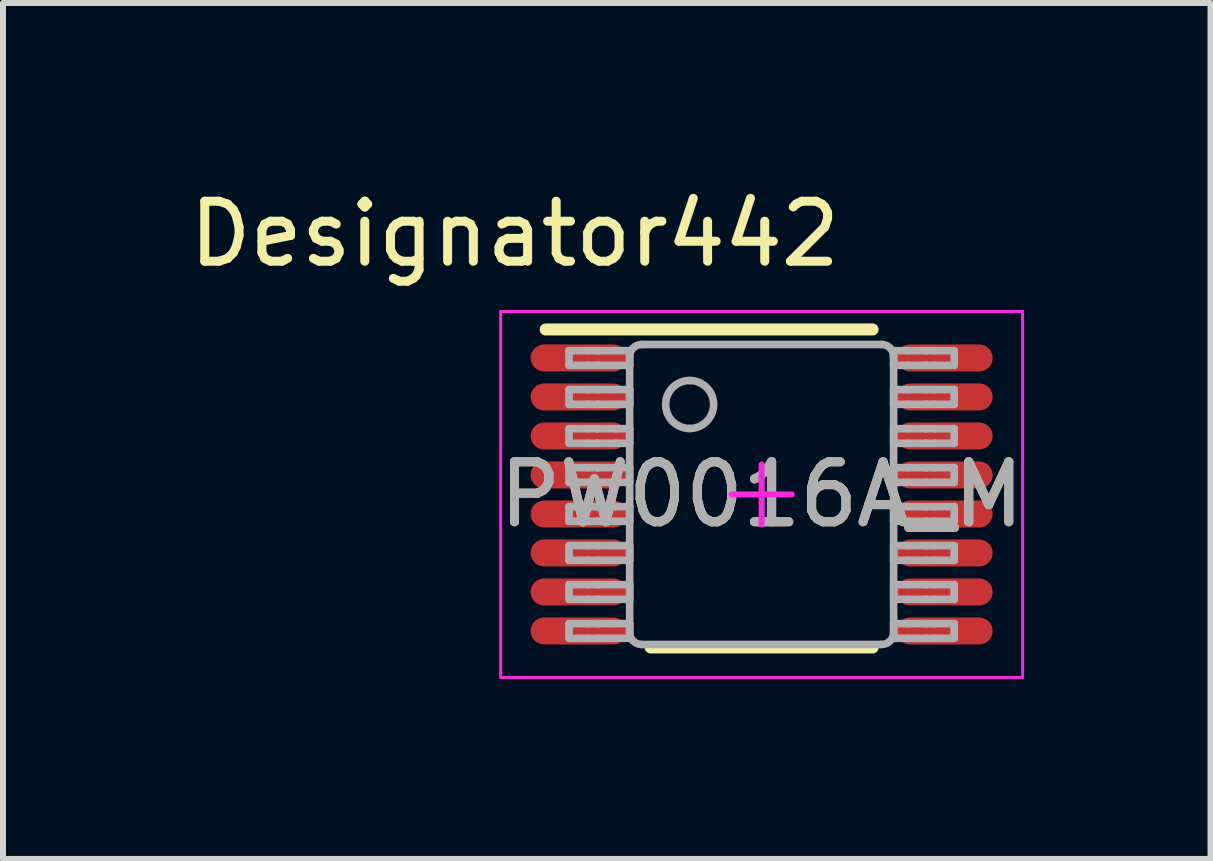
<source format=kicad_pcb>
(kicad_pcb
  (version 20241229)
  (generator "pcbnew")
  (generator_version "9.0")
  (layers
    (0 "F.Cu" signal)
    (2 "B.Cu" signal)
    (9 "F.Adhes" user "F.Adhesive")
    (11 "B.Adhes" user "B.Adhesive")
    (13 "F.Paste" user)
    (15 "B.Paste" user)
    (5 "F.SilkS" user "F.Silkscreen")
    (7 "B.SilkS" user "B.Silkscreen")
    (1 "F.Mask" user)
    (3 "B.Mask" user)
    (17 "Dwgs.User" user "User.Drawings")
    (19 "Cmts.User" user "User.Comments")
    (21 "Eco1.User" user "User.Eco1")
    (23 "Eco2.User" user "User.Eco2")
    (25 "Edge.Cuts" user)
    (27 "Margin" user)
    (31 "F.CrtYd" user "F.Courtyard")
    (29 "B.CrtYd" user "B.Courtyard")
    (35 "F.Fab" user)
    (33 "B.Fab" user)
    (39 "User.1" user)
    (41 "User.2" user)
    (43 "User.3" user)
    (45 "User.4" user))
  (footprint "PW0016A_M"
    (layer "F.Cu")
    (at 9.645 5.192)
    (property "Reference" "PW0016A_M" (at 0 0 0) (unlocked yes) (layer "F.SilkS") (effects (font (size 1 1) (thickness 0.15))))
    (attr smd)
    (fp_line (start -3.6 -2.75) (end 1.85 -2.75) (stroke (width 0.2) (type solid)) (layer "F.SilkS"))
    (fp_line (start -1.85 2.55) (end 1.85 2.55) (stroke (width 0.2) (type solid)) (layer "F.SilkS"))
    (fp_line (start -4.35 -3.05) (end 4.35 -3.05) (stroke (width 0.05) (type solid)) (layer "F.CrtYd"))
    (fp_line (start -4.35 3.05) (end -4.35 -3.05) (stroke (width 0.05) (type solid)) (layer "F.CrtYd"))
    (fp_line (start -4.35 3.05) (end 4.35 3.05) (stroke (width 0.05) (type solid)) (layer "F.CrtYd"))
    (fp_line (start -0.5 0) (end 0.5 0) (stroke (width 0.1) (type solid)) (layer "F.CrtYd"))
    (fp_line (start -0.000003 0.5) (end -0.000003 -0.5) (stroke (width 0.1) (type solid)) (layer "F.CrtYd"))
    (fp_line (start 4.35 3.05) (end 4.35 -3.05) (stroke (width 0.05) (type solid)) (layer "F.CrtYd"))
    (fp_line (start -3.21 -2.397) (end -2.887 -2.397) (stroke (width 0.127) (type solid)) (layer "F.Fab"))
    (fp_line (start -3.21 -2.153) (end -3.21 -2.397) (stroke (width 0.127) (type solid)) (layer "F.Fab"))
    (fp_line (start -3.21 -2.153) (end -2.887 -2.153) (stroke (width 0.127) (type solid)) (layer "F.Fab"))
    (fp_line (start -3.21 -1.748) (end -2.887 -1.748) (stroke (width 0.127) (type solid)) (layer "F.Fab"))
    (fp_line (start -3.21 -1.502) (end -3.21 -1.748) (stroke (width 0.127) (type solid)) (layer "F.Fab"))
    (fp_line (start -3.21 -1.502) (end -2.887 -1.502) (stroke (width 0.127) (type solid)) (layer "F.Fab"))
    (fp_line (start -3.21 -1.097) (end -2.887 -1.097) (stroke (width 0.127) (type solid)) (layer "F.Fab"))
    (fp_line (start -3.21 -0.853) (end -3.21 -1.097) (stroke (width 0.127) (type solid)) (layer "F.Fab"))
    (fp_line (start -3.21 -0.853) (end -2.887 -0.853) (stroke (width 0.127) (type solid)) (layer "F.Fab"))
    (fp_line (start -3.21 -0.448) (end -2.887 -0.448) (stroke (width 0.127) (type solid)) (layer "F.Fab"))
    (fp_line (start -3.21 -0.202) (end -3.21 -0.448) (stroke (width 0.127) (type solid)) (layer "F.Fab"))
    (fp_line (start -3.21 -0.202) (end -2.887 -0.202) (stroke (width 0.127) (type solid)) (layer "F.Fab"))
    (fp_line (start -3.21 0.203) (end -2.887 0.203) (stroke (width 0.127) (type solid)) (layer "F.Fab"))
    (fp_line (start -3.21 0.447) (end -3.21 0.203) (stroke (width 0.127) (type solid)) (layer "F.Fab"))
    (fp_line (start -3.21 0.447) (end -2.887 0.447) (stroke (width 0.127) (type solid)) (layer "F.Fab"))
    (fp_line (start -3.21 0.852) (end -2.887 0.852) (stroke (width 0.127) (type solid)) (layer "F.Fab"))
    (fp_line (start -3.21 1.098) (end -3.21 0.852) (stroke (width 0.127) (type solid)) (layer "F.Fab"))
    (fp_line (start -3.21 1.098) (end -2.887 1.098) (stroke (width 0.127) (type solid)) (layer "F.Fab"))
    (fp_line (start -3.21 1.503) (end -2.887 1.503) (stroke (width 0.127) (type solid)) (layer "F.Fab"))
    (fp_line (start -3.21 1.748) (end -3.21 1.503) (stroke (width 0.127) (type solid)) (layer "F.Fab"))
    (fp_line (start -3.21 1.748) (end -2.887 1.748) (stroke (width 0.127) (type solid)) (layer "F.Fab"))
    (fp_line (start -3.21 2.152) (end -2.887 2.152) (stroke (width 0.127) (type solid)) (layer "F.Fab"))
    (fp_line (start -3.21 2.398) (end -3.21 2.152) (stroke (width 0.127) (type solid)) (layer "F.Fab"))
    (fp_line (start -3.21 2.398) (end -2.887 2.398) (stroke (width 0.127) (type solid)) (layer "F.Fab"))
    (fp_line (start -2.887 -2.397) (end -2.739 -2.397) (stroke (width 0.127) (type solid)) (layer "F.Fab"))
    (fp_line (start -2.887 -2.153) (end -2.739 -2.153) (stroke (width 0.127) (type solid)) (layer "F.Fab"))
    (fp_line (start -2.887 -1.748) (end -2.739 -1.748) (stroke (width 0.127) (type solid)) (layer "F.Fab"))
    (fp_line (start -2.887 -1.502) (end -2.739 -1.502) (stroke (width 0.127) (type solid)) (layer "F.Fab"))
    (fp_line (start -2.887 -1.097) (end -2.739 -1.097) (stroke (width 0.127) (type solid)) (layer "F.Fab"))
    (fp_line (start -2.887 -0.853) (end -2.739 -0.853) (stroke (width 0.127) (type solid)) (layer "F.Fab"))
    (fp_line (start -2.887 -0.448) (end -2.739 -0.448) (stroke (width 0.127) (type solid)) (layer "F.Fab"))
    (fp_line (start -2.887 -0.202) (end -2.739 -0.202) (stroke (width 0.127) (type solid)) (layer "F.Fab"))
    (fp_line (start -2.887 0.203) (end -2.739 0.203) (stroke (width 0.127) (type solid)) (layer "F.Fab"))
    (fp_line (start -2.887 0.447) (end -2.739 0.447) (stroke (width 0.127) (type solid)) (layer "F.Fab"))
    (fp_line (start -2.887 0.852) (end -2.739 0.852) (stroke (width 0.127) (type solid)) (layer "F.Fab"))
    (fp_line (start -2.887 1.098) (end -2.739 1.098) (stroke (width 0.127) (type solid)) (layer "F.Fab"))
    (fp_line (start -2.887 1.503) (end -2.739 1.503) (stroke (width 0.127) (type solid)) (layer "F.Fab"))
    (fp_line (start -2.887 1.748) (end -2.739 1.748) (stroke (width 0.127) (type solid)) (layer "F.Fab"))
    (fp_line (start -2.887 2.152) (end -2.739 2.152) (stroke (width 0.127) (type solid)) (layer "F.Fab"))
    (fp_line (start -2.887 2.398) (end -2.739 2.398) (stroke (width 0.127) (type solid)) (layer "F.Fab"))
    (fp_line (start -2.739 -2.397) (end -2.733 -2.397) (stroke (width 0.127) (type solid)) (layer "F.Fab"))
    (fp_line (start -2.739 -2.153) (end -2.733 -2.153) (stroke (width 0.127) (type solid)) (layer "F.Fab"))
    (fp_line (start -2.739 -1.748) (end -2.733 -1.748) (stroke (width 0.127) (type solid)) (layer "F.Fab"))
    (fp_line (start -2.739 -1.502) (end -2.733 -1.502) (stroke (width 0.127) (type solid)) (layer "F.Fab"))
    (fp_line (start -2.739 -1.097) (end -2.733 -1.097) (stroke (width 0.127) (type solid)) (layer "F.Fab"))
    (fp_line (start -2.739 -0.853) (end -2.733 -0.853) (stroke (width 0.127) (type solid)) (layer "F.Fab"))
    (fp_line (start -2.739 -0.448) (end -2.733 -0.448) (stroke (width 0.127) (type solid)) (layer "F.Fab"))
    (fp_line (start -2.739 -0.202) (end -2.733 -0.202) (stroke (width 0.127) (type solid)) (layer "F.Fab"))
    (fp_line (start -2.739 0.203) (end -2.733 0.203) (stroke (width 0.127) (type solid)) (layer "F.Fab"))
    (fp_line (start -2.739 0.447) (end -2.733 0.447) (stroke (width 0.127) (type solid)) (layer "F.Fab"))
    (fp_line (start -2.739 0.852) (end -2.733 0.852) (stroke (width 0.127) (type solid)) (layer "F.Fab"))
    (fp_line (start -2.739 1.098) (end -2.733 1.098) (stroke (width 0.127) (type solid)) (layer "F.Fab"))
    (fp_line (start -2.739 1.503) (end -2.733 1.503) (stroke (width 0.127) (type solid)) (layer "F.Fab"))
    (fp_line (start -2.739 1.748) (end -2.733 1.748) (stroke (width 0.127) (type solid)) (layer "F.Fab"))
    (fp_line (start -2.739 2.152) (end -2.733 2.152) (stroke (width 0.127) (type solid)) (layer "F.Fab"))
    (fp_line (start -2.739 2.398) (end -2.733 2.398) (stroke (width 0.127) (type solid)) (layer "F.Fab"))
    (fp_line (start -2.733 -2.397) (end -2.431 -2.397) (stroke (width 0.127) (type solid)) (layer "F.Fab"))
    (fp_line (start -2.733 -2.153) (end -2.431 -2.153) (stroke (width 0.127) (type solid)) (layer "F.Fab"))
    (fp_line (start -2.733 -1.748) (end -2.431 -1.748) (stroke (width 0.127) (type solid)) (layer "F.Fab"))
    (fp_line (start -2.733 -1.502) (end -2.431 -1.502) (stroke (width 0.127) (type solid)) (layer "F.Fab"))
    (fp_line (start -2.733 -1.097) (end -2.431 -1.097) (stroke (width 0.127) (type solid)) (layer "F.Fab"))
    (fp_line (start -2.733 -0.853) (end -2.431 -0.853) (stroke (width 0.127) (type solid)) (layer "F.Fab"))
    (fp_line (start -2.733 -0.448) (end -2.431 -0.448) (stroke (width 0.127) (type solid)) (layer "F.Fab"))
    (fp_line (start -2.733 -0.202) (end -2.431 -0.202) (stroke (width 0.127) (type solid)) (layer "F.Fab"))
    (fp_line (start -2.733 0.203) (end -2.431 0.203) (stroke (width 0.127) (type solid)) (layer "F.Fab"))
    (fp_line (start -2.733 0.447) (end -2.431 0.447) (stroke (width 0.127) (type solid)) (layer "F.Fab"))
    (fp_line (start -2.733 0.852) (end -2.431 0.852) (stroke (width 0.127) (type solid)) (layer "F.Fab"))
    (fp_line (start -2.733 1.098) (end -2.431 1.098) (stroke (width 0.127) (type solid)) (layer "F.Fab"))
    (fp_line (start -2.733 1.503) (end -2.431 1.503) (stroke (width 0.127) (type solid)) (layer "F.Fab"))
    (fp_line (start -2.733 1.748) (end -2.431 1.748) (stroke (width 0.127) (type solid)) (layer "F.Fab"))
    (fp_line (start -2.733 2.152) (end -2.431 2.152) (stroke (width 0.127) (type solid)) (layer "F.Fab"))
    (fp_line (start -2.733 2.398) (end -2.431 2.398) (stroke (width 0.127) (type solid)) (layer "F.Fab"))
    (fp_line (start -2.431 -2.397) (end -2.2 -2.397) (stroke (width 0.127) (type solid)) (layer "F.Fab"))
    (fp_line (start -2.431 -2.153) (end -2.2 -2.153) (stroke (width 0.127) (type solid)) (layer "F.Fab"))
    (fp_line (start -2.431 -1.748) (end -2.2 -1.748) (stroke (width 0.127) (type solid)) (layer "F.Fab"))
    (fp_line (start -2.431 -1.502) (end -2.2 -1.502) (stroke (width 0.127) (type solid)) (layer "F.Fab"))
    (fp_line (start -2.431 -1.097) (end -2.2 -1.097) (stroke (width 0.127) (type solid)) (layer "F.Fab"))
    (fp_line (start -2.431 -0.853) (end -2.2 -0.853) (stroke (width 0.127) (type solid)) (layer "F.Fab"))
    (fp_line (start -2.431 -0.448) (end -2.2 -0.448) (stroke (width 0.127) (type solid)) (layer "F.Fab"))
    (fp_line (start -2.431 -0.202) (end -2.2 -0.202) (stroke (width 0.127) (type solid)) (layer "F.Fab"))
    (fp_line (start -2.431 0.203) (end -2.2 0.203) (stroke (width 0.127) (type solid)) (layer "F.Fab"))
    (fp_line (start -2.431 0.447) (end -2.2 0.447) (stroke (width 0.127) (type solid)) (layer "F.Fab"))
    (fp_line (start -2.431 0.852) (end -2.2 0.852) (stroke (width 0.127) (type solid)) (layer "F.Fab"))
    (fp_line (start -2.431 1.098) (end -2.2 1.098) (stroke (width 0.127) (type solid)) (layer "F.Fab"))
    (fp_line (start -2.431 1.503) (end -2.2 1.503) (stroke (width 0.127) (type solid)) (layer "F.Fab"))
    (fp_line (start -2.431 1.748) (end -2.2 1.748) (stroke (width 0.127) (type solid)) (layer "F.Fab"))
    (fp_line (start -2.431 2.152) (end -2.2 2.152) (stroke (width 0.127) (type solid)) (layer "F.Fab"))
    (fp_line (start -2.431 2.398) (end -2.2 2.398) (stroke (width 0.127) (type solid)) (layer "F.Fab"))
    (fp_line (start -2.2 -2.153) (end -2.2 -2.397) (stroke (width 0.127) (type solid)) (layer "F.Fab"))
    (fp_line (start -2.2 -1.502) (end -2.2 -1.748) (stroke (width 0.127) (type solid)) (layer "F.Fab"))
    (fp_line (start -2.2 -0.853) (end -2.2 -1.097) (stroke (width 0.127) (type solid)) (layer "F.Fab"))
    (fp_line (start -2.2 -0.202) (end -2.2 -0.448) (stroke (width 0.127) (type solid)) (layer "F.Fab"))
    (fp_line (start -2.2 0.447) (end -2.2 0.203) (stroke (width 0.127) (type solid)) (layer "F.Fab"))
    (fp_line (start -2.2 1.098) (end -2.2 0.852) (stroke (width 0.127) (type solid)) (layer "F.Fab"))
    (fp_line (start -2.2 1.748) (end -2.2 1.503) (stroke (width 0.127) (type solid)) (layer "F.Fab"))
    (fp_line (start -2.2 2.3) (end -2.2 -2.3) (stroke (width 0.127) (type solid)) (layer "F.Fab"))
    (fp_line (start -2.2 2.398) (end -2.2 2.152) (stroke (width 0.127) (type solid)) (layer "F.Fab"))
    (fp_line (start -2 -2.5) (end 2 -2.5) (stroke (width 0.127) (type solid)) (layer "F.Fab"))
    (fp_line (start -2 2.5) (end 2 2.5) (stroke (width 0.127) (type solid)) (layer "F.Fab"))
    (fp_line (start 2.2 -2.397) (end 2.43 -2.397) (stroke (width 0.127) (type solid)) (layer "F.Fab"))
    (fp_line (start 2.2 -2.153) (end 2.2 -2.397) (stroke (width 0.127) (type solid)) (layer "F.Fab"))
    (fp_line (start 2.2 -2.153) (end 2.43 -2.153) (stroke (width 0.127) (type solid)) (layer "F.Fab"))
    (fp_line (start 2.2 -1.748) (end 2.43 -1.748) (stroke (width 0.127) (type solid)) (layer "F.Fab"))
    (fp_line (start 2.2 -1.502) (end 2.2 -1.748) (stroke (width 0.127) (type solid)) (layer "F.Fab"))
    (fp_line (start 2.2 -1.502) (end 2.43 -1.502) (stroke (width 0.127) (type solid)) (layer "F.Fab"))
    (fp_line (start 2.2 -1.097) (end 2.43 -1.097) (stroke (width 0.127) (type solid)) (layer "F.Fab"))
    (fp_line (start 2.2 -0.853) (end 2.2 -1.097) (stroke (width 0.127) (type solid)) (layer "F.Fab"))
    (fp_line (start 2.2 -0.853) (end 2.43 -0.853) (stroke (width 0.127) (type solid)) (layer "F.Fab"))
    (fp_line (start 2.2 -0.448) (end 2.43 -0.448) (stroke (width 0.127) (type solid)) (layer "F.Fab"))
    (fp_line (start 2.2 -0.202) (end 2.2 -0.448) (stroke (width 0.127) (type solid)) (layer "F.Fab"))
    (fp_line (start 2.2 -0.202) (end 2.43 -0.202) (stroke (width 0.127) (type solid)) (layer "F.Fab"))
    (fp_line (start 2.2 0.203) (end 2.43 0.203) (stroke (width 0.127) (type solid)) (layer "F.Fab"))
    (fp_line (start 2.2 0.447) (end 2.2 0.203) (stroke (width 0.127) (type solid)) (layer "F.Fab"))
    (fp_line (start 2.2 0.447) (end 2.43 0.447) (stroke (width 0.127) (type solid)) (layer "F.Fab"))
    (fp_line (start 2.2 0.852) (end 2.43 0.852) (stroke (width 0.127) (type solid)) (layer "F.Fab"))
    (fp_line (start 2.2 1.098) (end 2.2 0.852) (stroke (width 0.127) (type solid)) (layer "F.Fab"))
    (fp_line (start 2.2 1.098) (end 2.43 1.098) (stroke (width 0.127) (type solid)) (layer "F.Fab"))
    (fp_line (start 2.2 1.503) (end 2.43 1.503) (stroke (width 0.127) (type solid)) (layer "F.Fab"))
    (fp_line (start 2.2 1.748) (end 2.2 1.503) (stroke (width 0.127) (type solid)) (layer "F.Fab"))
    (fp_line (start 2.2 1.748) (end 2.43 1.748) (stroke (width 0.127) (type solid)) (layer "F.Fab"))
    (fp_line (start 2.2 2.152) (end 2.43 2.152) (stroke (width 0.127) (type solid)) (layer "F.Fab"))
    (fp_line (start 2.2 2.3) (end 2.2 -2.3) (stroke (width 0.127) (type solid)) (layer "F.Fab"))
    (fp_line (start 2.2 2.398) (end 2.2 2.152) (stroke (width 0.127) (type solid)) (layer "F.Fab"))
    (fp_line (start 2.2 2.398) (end 2.43 2.398) (stroke (width 0.127) (type solid)) (layer "F.Fab"))
    (fp_line (start 2.43 -2.397) (end 2.733 -2.397) (stroke (width 0.127) (type solid)) (layer "F.Fab"))
    (fp_line (start 2.43 -2.153) (end 2.733 -2.153) (stroke (width 0.127) (type solid)) (layer "F.Fab"))
    (fp_line (start 2.43 -1.748) (end 2.733 -1.748) (stroke (width 0.127) (type solid)) (layer "F.Fab"))
    (fp_line (start 2.43 -1.502) (end 2.733 -1.502) (stroke (width 0.127) (type solid)) (layer "F.Fab"))
    (fp_line (start 2.43 -1.097) (end 2.733 -1.097) (stroke (width 0.127) (type solid)) (layer "F.Fab"))
    (fp_line (start 2.43 -0.853) (end 2.733 -0.853) (stroke (width 0.127) (type solid)) (layer "F.Fab"))
    (fp_line (start 2.43 -0.448) (end 2.733 -0.448) (stroke (width 0.127) (type solid)) (layer "F.Fab"))
    (fp_line (start 2.43 -0.202) (end 2.733 -0.202) (stroke (width 0.127) (type solid)) (layer "F.Fab"))
    (fp_line (start 2.43 0.203) (end 2.733 0.203) (stroke (width 0.127) (type solid)) (layer "F.Fab"))
    (fp_line (start 2.43 0.447) (end 2.733 0.447) (stroke (width 0.127) (type solid)) (layer "F.Fab"))
    (fp_line (start 2.43 0.852) (end 2.733 0.852) (stroke (width 0.127) (type solid)) (layer "F.Fab"))
    (fp_line (start 2.43 1.098) (end 2.733 1.098) (stroke (width 0.127) (type solid)) (layer "F.Fab"))
    (fp_line (start 2.43 1.503) (end 2.733 1.503) (stroke (width 0.127) (type solid)) (layer "F.Fab"))
    (fp_line (start 2.43 1.748) (end 2.733 1.748) (stroke (width 0.127) (type solid)) (layer "F.Fab"))
    (fp_line (start 2.43 2.152) (end 2.733 2.152) (stroke (width 0.127) (type solid)) (layer "F.Fab"))
    (fp_line (start 2.43 2.398) (end 2.733 2.398) (stroke (width 0.127) (type solid)) (layer "F.Fab"))
    (fp_line (start 2.733 -2.397) (end 2.739 -2.397) (stroke (width 0.127) (type solid)) (layer "F.Fab"))
    (fp_line (start 2.733 -2.153) (end 2.739 -2.153) (stroke (width 0.127) (type solid)) (layer "F.Fab"))
    (fp_line (start 2.733 -1.748) (end 2.739 -1.748) (stroke (width 0.127) (type solid)) (layer "F.Fab"))
    (fp_line (start 2.733 -1.502) (end 2.739 -1.502) (stroke (width 0.127) (type solid)) (layer "F.Fab"))
    (fp_line (start 2.733 -1.097) (end 2.739 -1.097) (stroke (width 0.127) (type solid)) (layer "F.Fab"))
    (fp_line (start 2.733 -0.853) (end 2.739 -0.853) (stroke (width 0.127) (type solid)) (layer "F.Fab"))
    (fp_line (start 2.733 -0.448) (end 2.739 -0.448) (stroke (width 0.127) (type solid)) (layer "F.Fab"))
    (fp_line (start 2.733 -0.202) (end 2.739 -0.202) (stroke (width 0.127) (type solid)) (layer "F.Fab"))
    (fp_line (start 2.733 0.203) (end 2.739 0.203) (stroke (width 0.127) (type solid)) (layer "F.Fab"))
    (fp_line (start 2.733 0.447) (end 2.739 0.447) (stroke (width 0.127) (type solid)) (layer "F.Fab"))
    (fp_line (start 2.733 0.852) (end 2.739 0.852) (stroke (width 0.127) (type solid)) (layer "F.Fab"))
    (fp_line (start 2.733 1.098) (end 2.739 1.098) (stroke (width 0.127) (type solid)) (layer "F.Fab"))
    (fp_line (start 2.733 1.503) (end 2.739 1.503) (stroke (width 0.127) (type solid)) (layer "F.Fab"))
    (fp_line (start 2.733 1.748) (end 2.739 1.748) (stroke (width 0.127) (type solid)) (layer "F.Fab"))
    (fp_line (start 2.733 2.152) (end 2.739 2.152) (stroke (width 0.127) (type solid)) (layer "F.Fab"))
    (fp_line (start 2.733 2.398) (end 2.739 2.398) (stroke (width 0.127) (type solid)) (layer "F.Fab"))
    (fp_line (start 2.739 -2.397) (end 2.887 -2.397) (stroke (width 0.127) (type solid)) (layer "F.Fab"))
    (fp_line (start 2.739 -2.153) (end 2.887 -2.153) (stroke (width 0.127) (type solid)) (layer "F.Fab"))
    (fp_line (start 2.739 -1.748) (end 2.887 -1.748) (stroke (width 0.127) (type solid)) (layer "F.Fab"))
    (fp_line (start 2.739 -1.502) (end 2.887 -1.502) (stroke (width 0.127) (type solid)) (layer "F.Fab"))
    (fp_line (start 2.739 -1.097) (end 2.887 -1.097) (stroke (width 0.127) (type solid)) (layer "F.Fab"))
    (fp_line (start 2.739 -0.853) (end 2.887 -0.853) (stroke (width 0.127) (type solid)) (layer "F.Fab"))
    (fp_line (start 2.739 -0.448) (end 2.887 -0.448) (stroke (width 0.127) (type solid)) (layer "F.Fab"))
    (fp_line (start 2.739 -0.202) (end 2.887 -0.202) (stroke (width 0.127) (type solid)) (layer "F.Fab"))
    (fp_line (start 2.739 0.203) (end 2.887 0.203) (stroke (width 0.127) (type solid)) (layer "F.Fab"))
    (fp_line (start 2.739 0.447) (end 2.887 0.447) (stroke (width 0.127) (type solid)) (layer "F.Fab"))
    (fp_line (start 2.739 0.852) (end 2.887 0.852) (stroke (width 0.127) (type solid)) (layer "F.Fab"))
    (fp_line (start 2.739 1.098) (end 2.887 1.098) (stroke (width 0.127) (type solid)) (layer "F.Fab"))
    (fp_line (start 2.739 1.503) (end 2.887 1.503) (stroke (width 0.127) (type solid)) (layer "F.Fab"))
    (fp_line (start 2.739 1.748) (end 2.887 1.748) (stroke (width 0.127) (type solid)) (layer "F.Fab"))
    (fp_line (start 2.739 2.152) (end 2.887 2.152) (stroke (width 0.127) (type solid)) (layer "F.Fab"))
    (fp_line (start 2.739 2.398) (end 2.887 2.398) (stroke (width 0.127) (type solid)) (layer "F.Fab"))
    (fp_line (start 2.887 -2.397) (end 3.21 -2.397) (stroke (width 0.127) (type solid)) (layer "F.Fab"))
    (fp_line (start 2.887 -2.153) (end 3.21 -2.153) (stroke (width 0.127) (type solid)) (layer "F.Fab"))
    (fp_line (start 2.887 -1.748) (end 3.21 -1.748) (stroke (width 0.127) (type solid)) (layer "F.Fab"))
    (fp_line (start 2.887 -1.502) (end 3.21 -1.502) (stroke (width 0.127) (type solid)) (layer "F.Fab"))
    (fp_line (start 2.887 -1.097) (end 3.21 -1.097) (stroke (width 0.127) (type solid)) (layer "F.Fab"))
    (fp_line (start 2.887 -0.853) (end 3.21 -0.853) (stroke (width 0.127) (type solid)) (layer "F.Fab"))
    (fp_line (start 2.887 -0.448) (end 3.21 -0.448) (stroke (width 0.127) (type solid)) (layer "F.Fab"))
    (fp_line (start 2.887 -0.202) (end 3.21 -0.202) (stroke (width 0.127) (type solid)) (layer "F.Fab"))
    (fp_line (start 2.887 0.203) (end 3.21 0.203) (stroke (width 0.127) (type solid)) (layer "F.Fab"))
    (fp_line (start 2.887 0.447) (end 3.21 0.447) (stroke (width 0.127) (type solid)) (layer "F.Fab"))
    (fp_line (start 2.887 0.852) (end 3.21 0.852) (stroke (width 0.127) (type solid)) (layer "F.Fab"))
    (fp_line (start 2.887 1.098) (end 3.21 1.098) (stroke (width 0.127) (type solid)) (layer "F.Fab"))
    (fp_line (start 2.887 1.503) (end 3.21 1.503) (stroke (width 0.127) (type solid)) (layer "F.Fab"))
    (fp_line (start 2.887 1.748) (end 3.21 1.748) (stroke (width 0.127) (type solid)) (layer "F.Fab"))
    (fp_line (start 2.887 2.152) (end 3.21 2.152) (stroke (width 0.127) (type solid)) (layer "F.Fab"))
    (fp_line (start 2.887 2.398) (end 3.21 2.398) (stroke (width 0.127) (type solid)) (layer "F.Fab"))
    (fp_line (start 3.21 -2.153) (end 3.21 -2.397) (stroke (width 0.127) (type solid)) (layer "F.Fab"))
    (fp_line (start 3.21 -1.502) (end 3.21 -1.748) (stroke (width 0.127) (type solid)) (layer "F.Fab"))
    (fp_line (start 3.21 -0.853) (end 3.21 -1.097) (stroke (width 0.127) (type solid)) (layer "F.Fab"))
    (fp_line (start 3.21 -0.202) (end 3.21 -0.448) (stroke (width 0.127) (type solid)) (layer "F.Fab"))
    (fp_line (start 3.21 0.447) (end 3.21 0.203) (stroke (width 0.127) (type solid)) (layer "F.Fab"))
    (fp_line (start 3.21 1.098) (end 3.21 0.852) (stroke (width 0.127) (type solid)) (layer "F.Fab"))
    (fp_line (start 3.21 1.748) (end 3.21 1.503) (stroke (width 0.127) (type solid)) (layer "F.Fab"))
    (fp_line (start 3.21 2.398) (end 3.21 2.152) (stroke (width 0.127) (type solid)) (layer "F.Fab"))
    (fp_arc (start -2.200001 -2.3) (mid -2.141422 -2.441421) (end -2.000001 -2.5) (stroke (width 0.127) (type solid)) (layer "F.Fab"))
    (fp_arc (start -2.000001 2.500015) (mid -2.141422 2.441437) (end -2.200001 2.300016) (stroke (width 0.127) (type solid)) (layer "F.Fab"))
    (fp_arc (start -1.200003 -1.900001) (mid -0.800003 -1.500002) (end -1.200003 -1.100003) (stroke (width 0.127) (type solid)) (layer "F.Fab"))
    (fp_arc (start -1.200003 -1.100003) (mid -1.600002 -1.500002) (end -1.200003 -1.900001) (stroke (width 0.127) (type solid)) (layer "F.Fab"))
    (fp_arc (start 1.999991 -2.5) (mid 2.141412 -2.441422) (end 2.199991 -2.3) (stroke (width 0.127) (type solid)) (layer "F.Fab"))
    (fp_arc (start 2.199991 2.300016) (mid 2.141412 2.441437) (end 1.999991 2.500015) (stroke (width 0.127) (type solid)) (layer "F.Fab"))
    (fp_text user "Designator442" (at -4.115 -4.343 0) (unlocked yes) (layer "F.SilkS") (effects (font (size 1 1) (thickness 0.15))))
    (fp_text user "${REFERENCE}" (at 0 0 0) (unlocked yes) (layer "F.Fab") (effects (font (size 1 1) (thickness 0.15))))
    (pad "1" smd oval (at -3.05 -2.275 90) (size 0.45 1.6) (layers "F.Cu" "F.Mask" "F.Paste"))
    (pad "2" smd oval (at -3.05 -1.625 90) (size 0.45 1.6) (layers "F.Cu" "F.Mask" "F.Paste"))
    (pad "3" smd oval (at -3.05 -0.975 90) (size 0.45 1.6) (layers "F.Cu" "F.Mask" "F.Paste"))
    (pad "4" smd oval (at -3.05 -0.325 90) (size 0.45 1.6) (layers "F.Cu" "F.Mask" "F.Paste"))
    (pad "5" smd oval (at -3.05 0.325 90) (size 0.45 1.6) (layers "F.Cu" "F.Mask" "F.Paste"))
    (pad "6" smd oval (at -3.05 0.975 90) (size 0.45 1.6) (layers "F.Cu" "F.Mask" "F.Paste"))
    (pad "7" smd oval (at -3.05 1.625 90) (size 0.45 1.6) (layers "F.Cu" "F.Mask" "F.Paste"))
    (pad "8" smd oval (at -3.05 2.275 90) (size 0.45 1.6) (layers "F.Cu" "F.Mask" "F.Paste"))
    (pad "9" smd oval (at 3.05 2.275 90) (size 0.45 1.6) (layers "F.Cu" "F.Mask" "F.Paste"))
    (pad "10" smd oval (at 3.05 1.625 90) (size 0.45 1.6) (layers "F.Cu" "F.Mask" "F.Paste"))
    (pad "11" smd oval (at 3.05 0.975 90) (size 0.45 1.6) (layers "F.Cu" "F.Mask" "F.Paste"))
    (pad "12" smd oval (at 3.05 0.325 90) (size 0.45 1.6) (layers "F.Cu" "F.Mask" "F.Paste"))
    (pad "13" smd oval (at 3.05 -0.325 90) (size 0.45 1.6) (layers "F.Cu" "F.Mask" "F.Paste"))
    (pad "14" smd oval (at 3.05 -0.975 90) (size 0.45 1.6) (layers "F.Cu" "F.Mask" "F.Paste"))
    (pad "15" smd oval (at 3.05 -1.625 90) (size 0.45 1.6) (layers "F.Cu" "F.Mask" "F.Paste"))
    (pad "16" smd oval (at 3.05 -2.275 90) (size 0.45 1.6) (layers "F.Cu" "F.Mask" "F.Paste")))
  (gr_rect
    (start -3 -3)
    (end 17.127 11.267)
    (stroke (width 0.1) (type default))
    (fill no)
    (layer "Edge.Cuts")))
</source>
